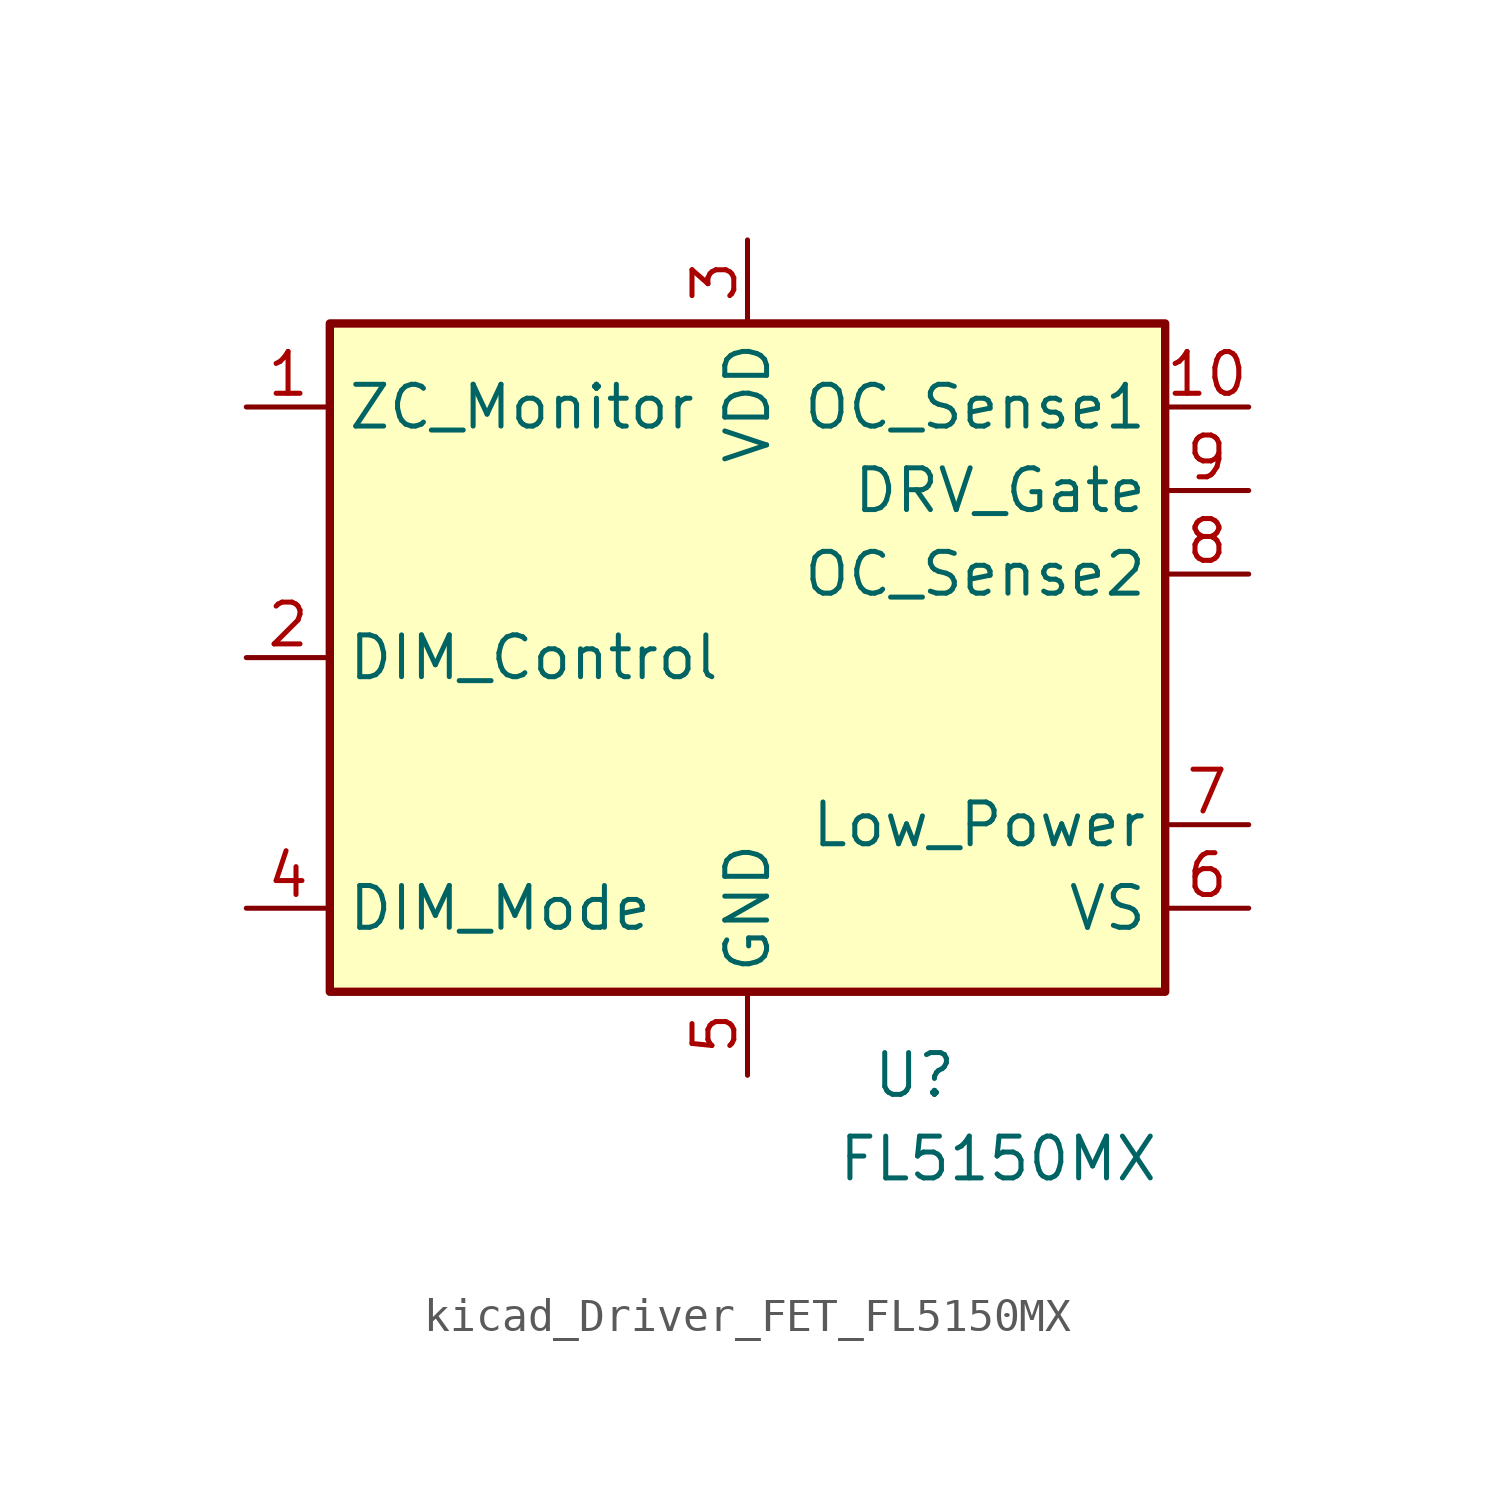
<source format=kicad_sym>
(kicad_symbol_lib
  (version 20220914)
  (generator kicad_symbol_editor)
  (symbol "kicad_Driver_FET_FL5150MX"
    (property "Reference" "U"
      (at 5.08 -12.7 0)
      (effects (font (size 1.27 1.27))))
    (property "Value" "FL5150MX"
      (at 7.62 -15.24 0)
      (effects (font (size 1.27 1.27))))
    (symbol "kicad_Driver_FET_FL5150MX_0_1"
      (rectangle (start -12.7 10.16) (end 12.7 -10.16) (stroke (width 0.254) (type default)) (fill (type background))))
    (symbol "kicad_Driver_FET_FL5150MX_1_1"
      (pin input line (at -15.24 7.62 0) (length 2.54) (name "ZC_Monitor" (effects (font (size 1.27 1.27)))) (number "1" (effects (font (size 1.27 1.27)))))
      (pin input line (at 15.24 7.62 180) (length 2.54) (name "OC_Sense1" (effects (font (size 1.27 1.27)))) (number "10" (effects (font (size 1.27 1.27)))))
      (pin input line (at -15.24 0 0) (length 2.54) (name "DIM_Control" (effects (font (size 1.27 1.27)))) (number "2" (effects (font (size 1.27 1.27)))))
      (pin power_out line (at 0 12.7 270) (length 2.54) (name "VDD" (effects (font (size 1.27 1.27)))) (number "3" (effects (font (size 1.27 1.27)))))
      (pin input line (at -15.24 -7.62 0) (length 2.54) (name "DIM_Mode" (effects (font (size 1.27 1.27)))) (number "4" (effects (font (size 1.27 1.27)))))
      (pin power_out line (at 0 -12.7 90) (length 2.54) (name "GND" (effects (font (size 1.27 1.27)))) (number "5" (effects (font (size 1.27 1.27)))))
      (pin power_in line (at 15.24 -7.62 180) (length 2.54) (name "VS" (effects (font (size 1.27 1.27)))) (number "6" (effects (font (size 1.27 1.27)))))
      (pin input line (at 15.24 -5.08 180) (length 2.54) (name "Low_Power" (effects (font (size 1.27 1.27)))) (number "7" (effects (font (size 1.27 1.27)))))
      (pin input line (at 15.24 2.54 180) (length 2.54) (name "OC_Sense2" (effects (font (size 1.27 1.27)))) (number "8" (effects (font (size 1.27 1.27)))))
      (pin output line (at 15.24 5.08 180) (length 2.54) (name "DRV_Gate" (effects (font (size 1.27 1.27)))) (number "9" (effects (font (size 1.27 1.27))))))))
</source>
